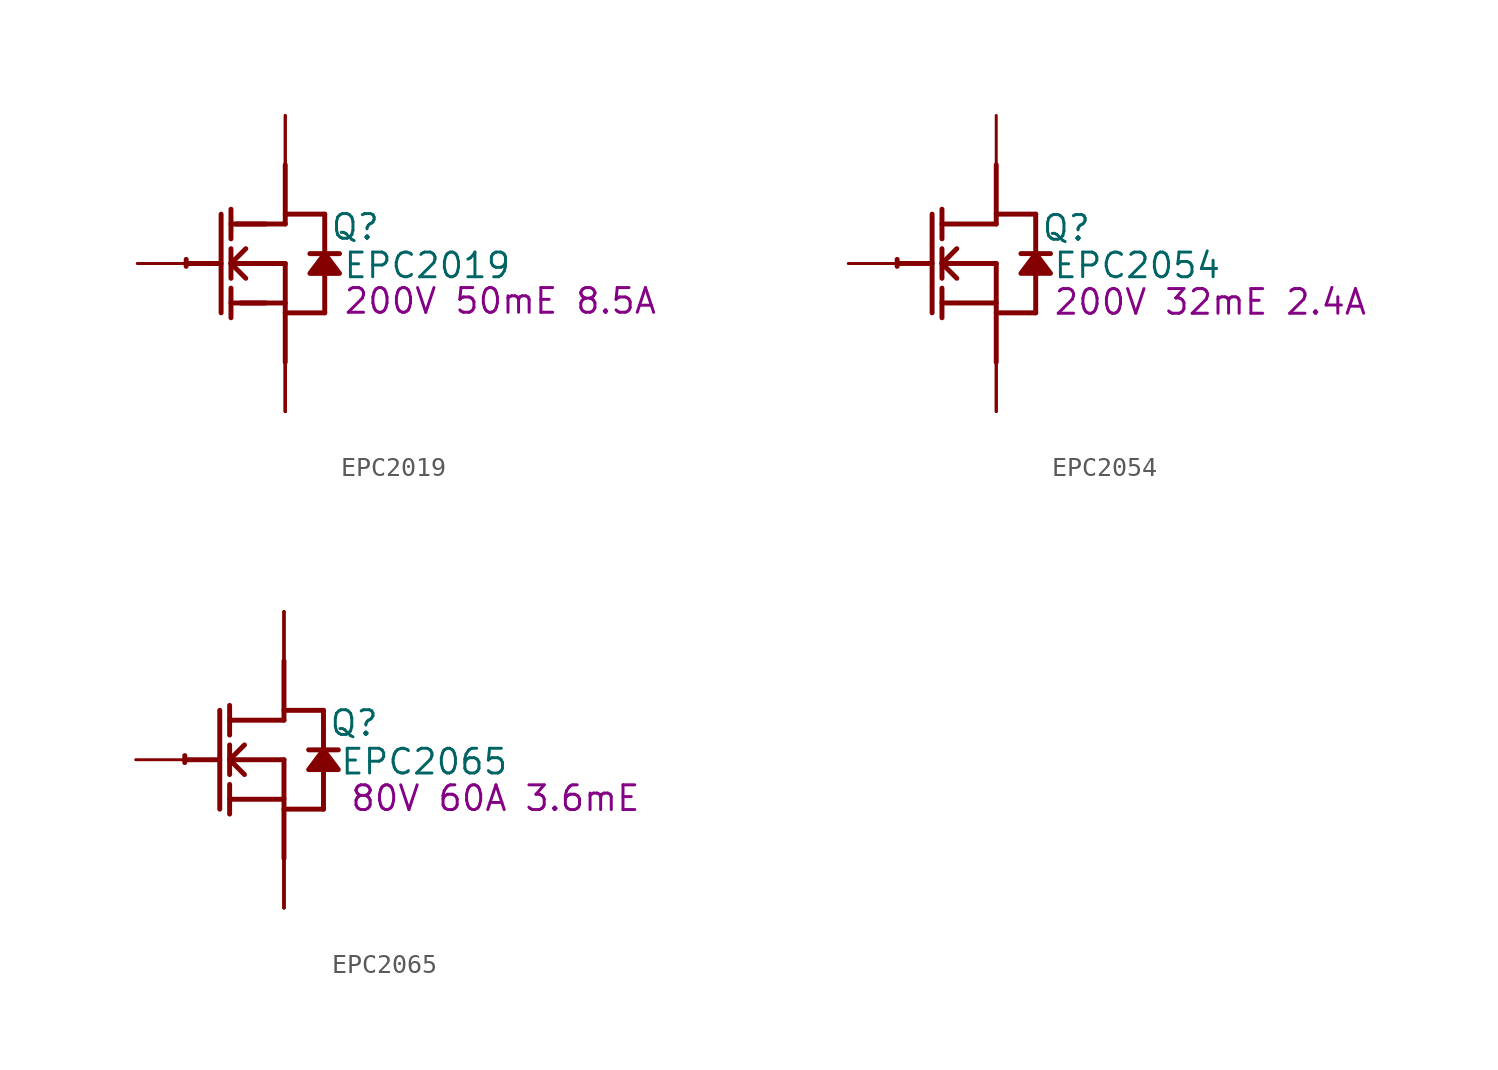
<source format=kicad_sym>
(kicad_symbol_lib
  (version 20241209)
  (generator "kicad_symbol_editor")
  (generator_version "9.0")
  (symbol "EPC2019"
    (property "Reference" "Q"
      (at 3.607 1.88 0)
      (effects (font (size 1.27 1.27))))
    (property "Value" "EPC2019"
      (at 7.315 -0.102 0)
      (effects (font (size 1.27 1.27))))
    (property "Description" "200V 50mE 8.5A"
      (at 11.074 -1.93 0)
      (effects (font (size 1.27 1.27))))
    (symbol "EPC2019_1_0"
      (polyline (pts (xy -5.08 0) (xy -3.302 0)) (stroke (width 0.254) (type solid)) (fill (type none)))
      (polyline (pts (xy -3.302 2.54) (xy -3.302 -2.54)) (stroke (width 0.254) (type solid)) (fill (type none)))
      (polyline (pts (xy -2.794 1.27) (xy -2.794 2.794)) (stroke (width 0.254) (type solid)) (fill (type none)))
      (polyline (pts (xy -2.794 0) (xy -2.032 0.762)) (stroke (width 0.254) (type solid)) (fill (type none)))
      (polyline (pts (xy -2.794 0) (xy 0 0)) (stroke (width 0.254) (type solid)) (fill (type none)))
      (polyline (pts (xy -2.794 -0.762) (xy -2.794 0.762)) (stroke (width 0.254) (type solid)) (fill (type none)))
      (polyline (pts (xy -2.794 -2.032) (xy -1.016 -2.032)) (stroke (width 0.254) (type solid)) (fill (type none)))
      (polyline (pts (xy -2.794 -2.794) (xy -2.794 -1.27)) (stroke (width 0.254) (type solid)) (fill (type none)))
      (polyline (pts (xy -2.286 -2.032) (xy 0 -2.032)) (stroke (width 0.254) (type solid)) (fill (type none)))
      (polyline (pts (xy -2.032 -0.762) (xy -2.794 0)) (stroke (width 0.254) (type solid)) (fill (type none)))
      (polyline (pts (xy -1.016 2.032) (xy -2.794 2.032)) (stroke (width 0.254) (type solid)) (fill (type none)))
      (polyline (pts (xy 0 2.54) (xy 2.032 2.54)) (stroke (width 0.254) (type solid)) (fill (type none)))
      (polyline (pts (xy 0 2.032) (xy -2.54 2.032)) (stroke (width 0.254) (type solid)) (fill (type none)))
      (polyline (pts (xy 0 2.032) (xy 0 5.08)) (stroke (width 0.254) (type solid)) (fill (type none)))
      (polyline (pts (xy 0 0) (xy 0 -5.08)) (stroke (width 0.254) (type solid)) (fill (type none)))
      (polyline (pts (xy 0 -2.54) (xy 2.032 -2.54)) (stroke (width 0.254) (type solid)) (fill (type none)))
      (arc (start 0.0154 5.104) (mid 0.0077 5.104) (end 0 5.104) (stroke (width 0.254) (type solid)) (fill (type none)))
      (arc (start -5.1019 -0.1467) (mid -5.1039 0.0331) (end -5.0996 0.2128) (stroke (width 0.254) (type solid)) (fill (type none)))
      (polyline (pts (xy 2.032 2.54) (xy 2.032 0.508)) (stroke (width 0.254) (type solid)) (fill (type none)))
      (polyline (pts (xy 2.032 0.508) (xy 1.27 -0.508) (xy 2.794 -0.508) (xy 2.032 0.508)) (stroke (width 0.254) (type solid)) (fill (type outline)))
      (polyline (pts (xy 2.032 -0.508) (xy 2.032 -2.54)) (stroke (width 0.254) (type solid)) (fill (type none)))
      (polyline (pts (xy 2.794 0.508) (xy 1.27 0.508)) (stroke (width 0.254) (type solid)) (fill (type none)))
      (pin passive line (at -7.62 0 0) (length 2.54) (name "G" (effects (font (size 0 0)))) (number "1" (effects (font (size 0 0)))))
      (pin open_collector line (at 0 7.62 270) (length 2.54) (name "D1" (effects (font (size 0 0)))) (number "3" (effects (font (size 0 0)))))
      (pin open_collector line (at 0 7.62 270) (length 2.54) (name "D2" (effects (font (size 0 0)))) (number "5" (effects (font (size 0 0)))))
      (pin open_emitter line (at 0 -7.62 90) (length 2.54) (name "S3" (effects (font (size 0 0)))) (number "2" (effects (font (size 0 0)))))
      (pin open_emitter line (at 0 -7.62 90) (length 2.54) (name "S1" (effects (font (size 0 0)))) (number "4" (effects (font (size 0 0)))))
      (pin open_emitter line (at 0 -7.62 90) (length 2.54) (name "S2" (effects (font (size 0 0)))) (number "6" (effects (font (size 0 0)))))
      (pin open_emitter line (at 0 -7.62 90) (length 2.54) (name "Sub" (effects (font (size 0 0)))) (number "7" (effects (font (size 0 0)))))))
  (symbol "EPC2054"
    (property "Reference" "Q"
      (at 3.607 1.829 0)
      (effects (font (size 1.27 1.27))))
    (property "Value" "EPC2054"
      (at 7.264 -0.102 0)
      (effects (font (size 1.27 1.27))))
    (property "Description" "200V 32mE 2.4A"
      (at 11.024 -1.981 0)
      (effects (font (size 1.27 1.27))))
    (symbol "EPC2054_1_0"
      (polyline (pts (xy -5.08 0) (xy -3.302 0)) (stroke (width 0.254) (type solid)) (fill (type none)))
      (polyline (pts (xy -3.302 2.54) (xy -3.302 -2.54)) (stroke (width 0.254) (type solid)) (fill (type none)))
      (polyline (pts (xy -2.794 1.27) (xy -2.794 2.794)) (stroke (width 0.254) (type solid)) (fill (type none)))
      (polyline (pts (xy -2.794 0) (xy -2.032 0.762)) (stroke (width 0.254) (type solid)) (fill (type none)))
      (polyline (pts (xy -2.794 0) (xy 0 0)) (stroke (width 0.254) (type solid)) (fill (type none)))
      (polyline (pts (xy -2.794 -0.762) (xy -2.794 0.762)) (stroke (width 0.254) (type solid)) (fill (type none)))
      (polyline (pts (xy -2.794 -2.032) (xy 0 -2.032)) (stroke (width 0.254) (type solid)) (fill (type none)))
      (polyline (pts (xy -2.794 -2.794) (xy -2.794 -1.27)) (stroke (width 0.254) (type solid)) (fill (type none)))
      (polyline (pts (xy -2.032 -0.762) (xy -2.794 0)) (stroke (width 0.254) (type solid)) (fill (type none)))
      (polyline (pts (xy 0 2.54) (xy 2.032 2.54)) (stroke (width 0.254) (type solid)) (fill (type none)))
      (polyline (pts (xy 0 2.032) (xy -2.794 2.032)) (stroke (width 0.254) (type solid)) (fill (type none)))
      (polyline (pts (xy 0 2.032) (xy 0 5.08)) (stroke (width 0.254) (type solid)) (fill (type none)))
      (polyline (pts (xy 0 0) (xy 0 -5.08)) (stroke (width 0.254) (type solid)) (fill (type none)))
      (polyline (pts (xy 0 -2.54) (xy 2.032 -2.54)) (stroke (width 0.254) (type solid)) (fill (type none)))
      (arc (start -5.1019 -0.1467) (mid -5.1039 0.0331) (end -5.0996 0.2128) (stroke (width 0.254) (type solid)) (fill (type none)))
      (polyline (pts (xy 2.032 2.54) (xy 2.032 0.508)) (stroke (width 0.254) (type solid)) (fill (type none)))
      (polyline (pts (xy 2.032 0.508) (xy 1.27 -0.508) (xy 2.794 -0.508) (xy 2.032 0.508)) (stroke (width 0.254) (type solid)) (fill (type outline)))
      (polyline (pts (xy 2.032 -0.508) (xy 2.032 -2.54)) (stroke (width 0.254) (type solid)) (fill (type none)))
      (polyline (pts (xy 2.794 0.508) (xy 1.27 0.508)) (stroke (width 0.254) (type solid)) (fill (type none)))
      (pin passive line (at -7.62 0 0) (length 2.54) (name "G" (effects (font (size 0 0)))) (number "1" (effects (font (size 0 0)))))
      (pin open_collector line (at 0 7.62 270) (length 2.54) (name "D" (effects (font (size 0 0)))) (number "3" (effects (font (size 0 0)))))
      (pin open_emitter line (at 0 -7.62 90) (length 2.54) (name "S1" (effects (font (size 0 0)))) (number "2" (effects (font (size 0 0)))))
      (pin open_emitter line (at 0 -7.62 90) (length 2.54) (name "S2" (effects (font (size 0 0)))) (number "4" (effects (font (size 0 0)))))))
  (symbol "EPC2065"
    (property "Reference" "Q"
      (at 3.607 1.88 0)
      (effects (font (size 1.27 1.27))))
    (property "Value" "EPC2065"
      (at 7.214 -0.102 0)
      (effects (font (size 1.27 1.27))))
    (property "Description" "80V 60A 3.6mE"
      (at 10.871 -1.981 0)
      (effects (font (size 1.27 1.27))))
    (symbol "EPC2065_1_0"
      (polyline (pts (xy -5.08 0) (xy -3.302 0)) (stroke (width 0.254) (type solid)) (fill (type none)))
      (polyline (pts (xy -3.302 2.54) (xy -3.302 -2.54)) (stroke (width 0.254) (type solid)) (fill (type none)))
      (polyline (pts (xy -2.794 1.27) (xy -2.794 2.794)) (stroke (width 0.254) (type solid)) (fill (type none)))
      (polyline (pts (xy -2.794 0) (xy -2.032 0.762)) (stroke (width 0.254) (type solid)) (fill (type none)))
      (polyline (pts (xy -2.794 0) (xy 0 0)) (stroke (width 0.254) (type solid)) (fill (type none)))
      (polyline (pts (xy -2.794 -0.762) (xy -2.794 0.762)) (stroke (width 0.254) (type solid)) (fill (type none)))
      (polyline (pts (xy -2.794 -2.032) (xy 0 -2.032)) (stroke (width 0.254) (type solid)) (fill (type none)))
      (polyline (pts (xy -2.794 -2.794) (xy -2.794 -1.27)) (stroke (width 0.254) (type solid)) (fill (type none)))
      (polyline (pts (xy -2.032 -0.762) (xy -2.794 0)) (stroke (width 0.254) (type solid)) (fill (type none)))
      (polyline (pts (xy 0 2.54) (xy 2.032 2.54)) (stroke (width 0.254) (type solid)) (fill (type none)))
      (polyline (pts (xy 0 2.032) (xy -2.794 2.032)) (stroke (width 0.254) (type solid)) (fill (type none)))
      (polyline (pts (xy 0 2.032) (xy 0 5.08)) (stroke (width 0.254) (type solid)) (fill (type none)))
      (polyline (pts (xy 0 0) (xy 0 -5.08)) (stroke (width 0.254) (type solid)) (fill (type none)))
      (polyline (pts (xy 0 -2.54) (xy 2.032 -2.54)) (stroke (width 0.254) (type solid)) (fill (type none)))
      (arc (start -5.1019 -0.1467) (mid -5.1039 0.0331) (end -5.0996 0.2128) (stroke (width 0.254) (type solid)) (fill (type none)))
      (polyline (pts (xy 2.032 2.54) (xy 2.032 0.508)) (stroke (width 0.254) (type solid)) (fill (type none)))
      (polyline (pts (xy 2.032 0.508) (xy 1.27 -0.508) (xy 2.794 -0.508) (xy 2.032 0.508)) (stroke (width 0.254) (type solid)) (fill (type outline)))
      (polyline (pts (xy 2.032 -0.508) (xy 2.032 -2.54)) (stroke (width 0.254) (type solid)) (fill (type none)))
      (polyline (pts (xy 2.794 0.508) (xy 1.27 0.508)) (stroke (width 0.254) (type solid)) (fill (type none)))
      (pin passive line (at -7.62 0 0) (length 2.54) (name "G" (effects (font (size 0 0)))) (number "1" (effects (font (size 0 0)))))
      (pin passive line (at 0 7.62 270) (length 2.54) (name "D" (effects (font (size 0 0)))) (number "3" (effects (font (size 0 0)))))
      (pin passive line (at 0 7.62 270) (length 2.54) (name "D" (effects (font (size 0 0)))) (number "5" (effects (font (size 0 0)))))
      (pin passive line (at 0 7.62 270) (length 2.54) (name "D" (effects (font (size 0 0)))) (number "7" (effects (font (size 0 0)))))
      (pin passive line (at 0 -7.62 90) (length 2.54) (name "S" (effects (font (size 0 0)))) (number "2" (effects (font (size 0 0)))))
      (pin passive line (at 0 -7.62 90) (length 2.54) (name "S" (effects (font (size 0 0)))) (number "4" (effects (font (size 0 0)))))
      (pin passive line (at 0 -7.62 90) (length 2.54) (name "S" (effects (font (size 0 0)))) (number "6" (effects (font (size 0 0)))))
      (pin passive line (at 0 -7.62 90) (length 2.54) (name "S" (effects (font (size 0 0)))) (number "8" (effects (font (size 0 0))))))))
</source>
